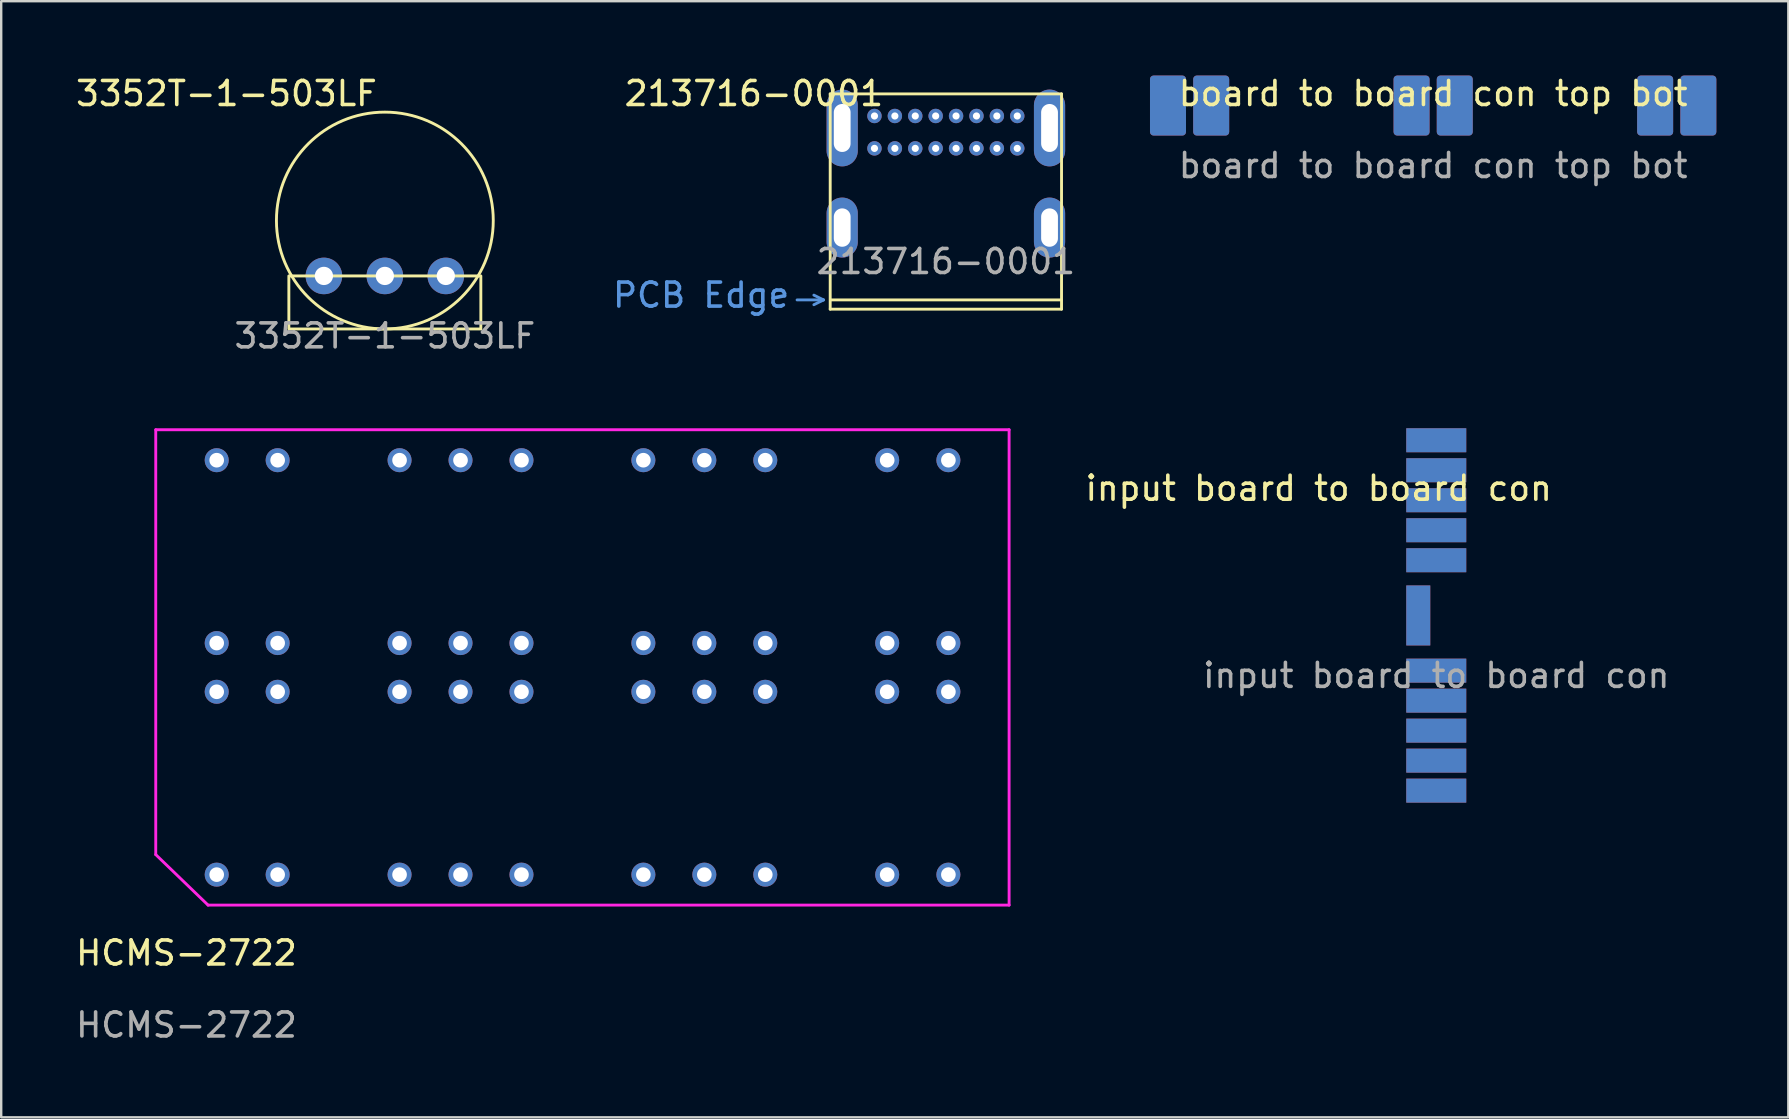
<source format=kicad_pcb>
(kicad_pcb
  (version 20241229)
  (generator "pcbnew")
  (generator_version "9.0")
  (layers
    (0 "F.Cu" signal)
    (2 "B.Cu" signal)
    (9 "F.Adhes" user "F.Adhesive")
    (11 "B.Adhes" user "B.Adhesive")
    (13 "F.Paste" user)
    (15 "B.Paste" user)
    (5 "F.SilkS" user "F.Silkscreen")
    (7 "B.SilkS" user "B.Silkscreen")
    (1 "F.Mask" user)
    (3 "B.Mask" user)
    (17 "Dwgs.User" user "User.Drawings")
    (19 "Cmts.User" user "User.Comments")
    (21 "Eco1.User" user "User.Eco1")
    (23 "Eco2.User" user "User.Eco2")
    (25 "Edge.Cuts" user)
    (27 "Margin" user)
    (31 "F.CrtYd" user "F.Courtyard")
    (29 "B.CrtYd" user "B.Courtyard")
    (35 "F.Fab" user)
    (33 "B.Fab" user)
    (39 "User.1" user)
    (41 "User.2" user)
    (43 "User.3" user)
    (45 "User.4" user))
  (footprint "3352T-1-503LF"
    (layer "F.Cu")
    (at 12.987 8.448)
    (property "Reference" "3352T-1-503LF" (at -6.6 -7.6 0) (unlocked yes) (layer "F.SilkS") (effects (font (size 1 1) (thickness 0.15))))
    (attr through_hole)
    (fp_rect (start -4 0) (end 4 2.21) (stroke (width 0.12) (type solid)) (fill no) (layer "F.SilkS"))
    (fp_circle (center 0 -2.308) (end 4 -0.208) (stroke (width 0.12) (type solid)) (fill no) (layer "F.SilkS"))
    (fp_text user "${REFERENCE}" (at 0 2.5 0) (unlocked yes) (layer "F.Fab") (effects (font (size 1 1) (thickness 0.15))))
    (pad "1" thru_hole circle (at -2.54 0) (size 1.524 1.524) (drill 0.762) (layers "*.Cu" "*.Mask"))
    (pad "2" thru_hole circle (at 0 0) (size 1.524 1.524) (drill 0.762) (layers "*.Cu" "*.Mask"))
    (pad "3" thru_hole circle (at 2.54 0) (size 1.524 1.524) (drill 0.762) (layers "*.Cu" "*.Mask")))
  (footprint "board to board con top bot"
    (layer "F.Cu")
    (at 56.671 1.348)
    (property "Reference" "board to board con top bot" (at 0 -0.5 0) (unlocked yes) (layer "F.SilkS") (effects (font (size 1 1) (thickness 0.15))))
    (attr smd)
    (fp_text user "${REFERENCE}" (at 0 2.5 0) (unlocked yes) (layer "F.Fab") (effects (font (size 1 1) (thickness 0.15))))
    (pad "1" smd roundrect (at -11.05 0) (size 1.5 2.5) (layers "B.Cu" "B.Mask" "B.Paste") (roundrect_rratio 0.1))
    (pad "2" smd roundrect (at -9.25 0) (size 1.5 2.5) (layers "B.Cu" "B.Mask" "B.Paste") (roundrect_rratio 0.1))
    (pad "3" smd roundrect (at -11.05 0) (size 1.5 2.5) (layers "F.Cu" "F.Mask" "F.Paste") (roundrect_rratio 0.1))
    (pad "4" smd roundrect (at -9.25 0) (size 1.5 2.5) (layers "F.Cu" "F.Mask" "F.Paste") (roundrect_rratio 0.1))
    (pad "5" smd roundrect (at -0.9 0) (size 1.5 2.5) (layers "F.Cu" "F.Mask" "F.Paste") (roundrect_rratio 0.1))
    (pad "6" smd roundrect (at 0.9 0) (size 1.5 2.5) (layers "F.Cu" "F.Mask" "F.Paste") (roundrect_rratio 0.1))
    (pad "7" smd roundrect (at 9.25 0) (size 1.5 2.5) (layers "F.Cu" "F.Mask" "F.Paste") (roundrect_rratio 0.1))
    (pad "8" smd roundrect (at 11.05 0) (size 1.5 2.5) (layers "F.Cu" "F.Mask" "F.Paste") (roundrect_rratio 0.1))
    (pad "9" smd roundrect (at -0.9 0) (size 1.5 2.5) (layers "B.Cu" "B.Mask" "B.Paste") (roundrect_rratio 0.1))
    (pad "10" smd roundrect (at 0.9 0) (size 1.5 2.5) (layers "B.Cu" "B.Mask" "B.Paste") (roundrect_rratio 0.1))
    (pad "11" smd roundrect (at 9.25 0) (size 1.5 2.5) (layers "B.Cu" "B.Mask" "B.Paste") (roundrect_rratio 0.1))
    (pad "12" smd roundrect (at 11.05 0) (size 1.5 2.5) (layers "B.Cu" "B.Mask" "B.Paste") (roundrect_rratio 0.1)))
  (footprint "213716-0001"
    (layer "F.Cu")
    (at 36.365 5.348)
    (property "Reference" "213716-0001" (at -8 -4.5 0) (unlocked yes) (layer "F.SilkS") (effects (font (size 1 1) (thickness 0.15))))
    (attr through_hole)
    (fp_line (start -4.82 -4.485) (end 4.82 -4.485) (stroke (width 0.12) (type solid)) (layer "F.SilkS"))
    (fp_line (start -4.82 4.485) (end -4.82 -4.485) (stroke (width 0.12) (type solid)) (layer "F.SilkS"))
    (fp_line (start -4.8 4.1) (end 4.8 4.1) (stroke (width 0.12) (type solid)) (layer "F.SilkS"))
    (fp_line (start 4.82 -4.485) (end 4.82 4.485) (stroke (width 0.12) (type solid)) (layer "F.SilkS"))
    (fp_line (start 4.82 4.485) (end -4.82 4.485) (stroke (width 0.12) (type solid)) (layer "F.SilkS"))
    (fp_line (start -6.2 4.1) (end -5.1 4.1) (stroke (width 0.12) (type solid)) (layer "Cmts.User"))
    (fp_line (start -5.5 4.3) (end -5.1 4.1) (stroke (width 0.12) (type solid)) (layer "Cmts.User"))
    (fp_line (start -5.1 4.1) (end -5.5 3.9) (stroke (width 0.12) (type solid)) (layer "Cmts.User"))
    (fp_text user "PCB Edge" (at -10.2 3.9 0) (unlocked yes) (layer "Cmts.User") (effects (font (size 1 1) (thickness 0.15))))
    (fp_text user "${REFERENCE}" (at 0 2.5 0) (unlocked yes) (layer "F.Fab") (effects (font (size 1 1) (thickness 0.15))))
    (pad "A1" thru_hole circle (at -2.975 -3.565) (size 0.6 0.6) (drill 0.3) (layers "*.Cu" "*.Mask"))
    (pad "A4" thru_hole circle (at -2.125 -3.565) (size 0.6 0.6) (drill 0.3) (layers "*.Cu" "*.Mask"))
    (pad "A5" thru_hole circle (at -1.275 -3.565) (size 0.6 0.6) (drill 0.3) (layers "*.Cu" "*.Mask"))
    (pad "A6" thru_hole circle (at -0.425 -3.565) (size 0.6 0.6) (drill 0.3) (layers "*.Cu" "*.Mask"))
    (pad "A7" thru_hole circle (at 0.425 -3.565) (size 0.6 0.6) (drill 0.3) (layers "*.Cu" "*.Mask"))
    (pad "A8" thru_hole circle (at 1.275 -3.565) (size 0.6 0.6) (drill 0.3) (layers "*.Cu" "*.Mask"))
    (pad "A9" thru_hole circle (at 2.125 -3.565) (size 0.6 0.6) (drill 0.3) (layers "*.Cu" "*.Mask"))
    (pad "A12" thru_hole circle (at 2.975 -3.565) (size 0.6 0.6) (drill 0.3) (layers "*.Cu" "*.Mask"))
    (pad "B1" thru_hole circle (at 2.975 -2.215) (size 0.6 0.6) (drill 0.3) (layers "*.Cu" "*.Mask"))
    (pad "B4" thru_hole circle (at 2.125 -2.215) (size 0.6 0.6) (drill 0.3) (layers "*.Cu" "*.Mask"))
    (pad "B5" thru_hole circle (at 1.275 -2.215) (size 0.6 0.6) (drill 0.3) (layers "*.Cu" "*.Mask"))
    (pad "B6" thru_hole circle (at 0.425 -2.215) (size 0.6 0.6) (drill 0.3) (layers "*.Cu" "*.Mask"))
    (pad "B7" thru_hole circle (at -0.425 -2.215) (size 0.6 0.6) (drill 0.3) (layers "*.Cu" "*.Mask"))
    (pad "B8" thru_hole circle (at -1.275 -2.215) (size 0.6 0.6) (drill 0.3) (layers "*.Cu" "*.Mask"))
    (pad "B9" thru_hole circle (at -2.125 -2.215) (size 0.6 0.6) (drill 0.3) (layers "*.Cu" "*.Mask"))
    (pad "B12" thru_hole circle (at -2.975 -2.215) (size 0.6 0.6) (drill 0.3) (layers "*.Cu" "*.Mask"))
    (pad "S1" thru_hole oval (at -4.32 -3.065) (size 1.3 3.2) (drill oval 0.7 2) (layers "*.Cu" "*.Mask"))
    (pad "S1" thru_hole oval (at -4.32 1.085) (size 1.3 2.5) (drill oval 0.7 1.6) (layers "*.Cu" "*.Mask"))
    (pad "S1" thru_hole oval (at 4.32 -3.065) (size 1.3 3.2) (drill oval 0.7 2) (layers "*.Cu" "*.Mask"))
    (pad "S1" thru_hole oval (at 4.32 1.085) (size 1.3 2.5) (drill oval 0.7 1.6) (layers "*.Cu" "*.Mask")))
  (footprint "input board to board con"
    (layer "F.Cu")
    (at 56.8 22.596)
    (property "Reference" "input board to board con" (at -4.9 -5.3 0) (unlocked yes) (layer "F.SilkS") (effects (font (size 1 1) (thickness 0.15))))
    (attr through_hole)
    (fp_text user "${REFERENCE}" (at 0 2.5 0) (unlocked yes) (layer "F.Fab") (effects (font (size 1 1) (thickness 0.15))))
    (pad "1" smd rect (at 0 -7.3) (size 2.5 1) (layers "F.Cu" "F.Mask" "F.Paste"))
    (pad "1" smd rect (at 0 -7.3) (size 2.5 1) (layers "B.Cu" "B.Mask" "B.Paste"))
    (pad "2" smd rect (at 0 -6.05) (size 2.5 1) (layers "F.Cu" "F.Mask" "F.Paste"))
    (pad "2" smd rect (at 0 -6.05) (size 2.5 1) (layers "B.Cu" "B.Mask" "B.Paste"))
    (pad "3" smd rect (at 0 -4.8) (size 2.5 1) (layers "F.Cu" "F.Mask" "F.Paste"))
    (pad "3" smd rect (at 0 -4.8) (size 2.5 1) (layers "B.Cu" "B.Mask" "B.Paste"))
    (pad "4" smd rect (at 0 -3.55) (size 2.5 1) (layers "F.Cu" "F.Mask" "F.Paste"))
    (pad "4" smd rect (at 0 -3.55) (size 2.5 1) (layers "B.Cu" "B.Mask" "B.Paste"))
    (pad "5" smd rect (at 0 -2.3) (size 2.5 1) (layers "F.Cu" "F.Mask" "F.Paste"))
    (pad "5" smd rect (at 0 -2.3) (size 2.5 1) (layers "B.Cu" "B.Mask" "B.Paste"))
    (pad "6" smd rect (at -0.75 0) (size 1 2.5) (layers "F.Cu" "F.Mask" "F.Paste"))
    (pad "6" smd rect (at -0.75 0) (size 1 2.5) (layers "B.Cu" "B.Mask" "B.Paste"))
    (pad "7" smd rect (at 0 2.3) (size 2.5 1) (layers "F.Cu" "F.Mask" "F.Paste"))
    (pad "7" smd rect (at 0 2.3) (size 2.5 1) (layers "B.Cu" "B.Mask" "B.Paste"))
    (pad "8" smd rect (at 0 3.55) (size 2.5 1) (layers "F.Cu" "F.Mask" "F.Paste"))
    (pad "8" smd rect (at 0 3.55) (size 2.5 1) (layers "B.Cu" "B.Mask" "B.Paste"))
    (pad "9" smd rect (at 0 4.8) (size 2.5 1) (layers "F.Cu" "F.Mask" "F.Paste"))
    (pad "9" smd rect (at 0 4.8) (size 2.5 1) (layers "B.Cu" "B.Mask" "B.Paste"))
    (pad "10" smd rect (at 0 6.05) (size 2.5 1) (layers "F.Cu" "F.Mask" "F.Paste"))
    (pad "10" smd rect (at 0 6.05) (size 2.5 1) (layers "B.Cu" "B.Mask" "B.Paste"))
    (pad "11" smd rect (at 0 7.3) (size 2.5 1) (layers "F.Cu" "F.Mask" "F.Paste"))
    (pad "11" smd rect (at 0 7.3) (size 2.5 1) (layers "B.Cu" "B.Mask" "B.Paste")))
  (footprint "HCMS-2722"
    (layer "F.Cu")
    (at 21.22 24.762)
    (property "Reference" "HCMS-2722" (at -16.5 11.9 0) (unlocked yes) (layer "F.SilkS") (effects (font (size 1 1) (thickness 0.15))))
    (attr through_hole)
    (fp_line (start -17.78 -9.905) (end -17.78 7.8) (stroke (width 0.12) (type solid)) (layer "F.CrtYd"))
    (fp_line (start -17.78 -9.905) (end 17.78 -9.905) (stroke (width 0.12) (type solid)) (layer "F.CrtYd"))
    (fp_line (start -17.78 7.8) (end -15.6 9.905) (stroke (width 0.12) (type solid)) (layer "F.CrtYd"))
    (fp_line (start 17.78 9.905) (end -15.6 9.905) (stroke (width 0.12) (type solid)) (layer "F.CrtYd"))
    (fp_line (start 17.78 9.905) (end 17.78 -9.905) (stroke (width 0.12) (type solid)) (layer "F.CrtYd"))
    (fp_text user "${REFERENCE}" (at -16.5 14.9 0) (unlocked yes) (layer "F.Fab") (effects (font (size 1 1) (thickness 0.15))))
    (pad "1A" thru_hole circle (at -15.24 8.635) (size 1 1) (drill 0.61) (layers "*.Cu" "*.Mask"))
    (pad "1B" thru_hole circle (at -15.24 -1.015) (size 1 1) (drill 0.61) (layers "*.Cu" "*.Mask"))
    (pad "2A" thru_hole circle (at -12.7 8.635) (size 1 1) (drill 0.61) (layers "*.Cu" "*.Mask"))
    (pad "2B" thru_hole circle (at -12.7 -1.015) (size 1 1) (drill 0.61) (layers "*.Cu" "*.Mask"))
    (pad "4A" thru_hole circle (at -7.62 8.635) (size 1 1) (drill 0.61) (layers "*.Cu" "*.Mask"))
    (pad "4B" thru_hole circle (at -7.62 -1.015) (size 1 1) (drill 0.61) (layers "*.Cu" "*.Mask"))
    (pad "5A" thru_hole circle (at -5.08 8.635) (size 1 1) (drill 0.61) (layers "*.Cu" "*.Mask"))
    (pad "5B" thru_hole circle (at -5.08 -1.015) (size 1 1) (drill 0.61) (layers "*.Cu" "*.Mask"))
    (pad "6A" thru_hole circle (at -2.54 8.635) (size 1 1) (drill 0.61) (layers "*.Cu" "*.Mask"))
    (pad "6B" thru_hole circle (at -2.54 -1.015) (size 1 1) (drill 0.61) (layers "*.Cu" "*.Mask"))
    (pad "8A" thru_hole circle (at 2.54 8.635) (size 1 1) (drill 0.61) (layers "*.Cu" "*.Mask"))
    (pad "8B" thru_hole circle (at 2.54 -1.015) (size 1 1) (drill 0.61) (layers "*.Cu" "*.Mask"))
    (pad "9A" thru_hole circle (at 5.08 8.635) (size 1 1) (drill 0.61) (layers "*.Cu" "*.Mask"))
    (pad "9B" thru_hole circle (at 5.08 -1.015) (size 1 1) (drill 0.61) (layers "*.Cu" "*.Mask"))
    (pad "10A" thru_hole circle (at 7.62 8.635) (size 1 1) (drill 0.61) (layers "*.Cu" "*.Mask"))
    (pad "10B" thru_hole circle (at 7.62 -1.015) (size 1 1) (drill 0.61) (layers "*.Cu" "*.Mask"))
    (pad "12A" thru_hole circle (at 12.7 8.635) (size 1 1) (drill 0.61) (layers "*.Cu" "*.Mask"))
    (pad "12B" thru_hole circle (at 12.7 -1.015) (size 1 1) (drill 0.61) (layers "*.Cu" "*.Mask"))
    (pad "13A" thru_hole circle (at 15.25 8.635) (size 1 1) (drill 0.61) (layers "*.Cu" "*.Mask"))
    (pad "13B" thru_hole circle (at 15.25 -1.015) (size 1 1) (drill 0.61) (layers "*.Cu" "*.Mask"))
    (pad "14A" thru_hole circle (at 15.25 1.015) (size 1 1) (drill 0.61) (layers "*.Cu" "*.Mask"))
    (pad "14B" thru_hole circle (at 15.25 -8.635) (size 1 1) (drill 0.61) (layers "*.Cu" "*.Mask"))
    (pad "15A" thru_hole circle (at 12.7 1.015) (size 1 1) (drill 0.61) (layers "*.Cu" "*.Mask"))
    (pad "15B" thru_hole circle (at 12.7 -8.635) (size 1 1) (drill 0.61) (layers "*.Cu" "*.Mask"))
    (pad "17A" thru_hole circle (at 7.62 1.015) (size 1 1) (drill 0.61) (layers "*.Cu" "*.Mask"))
    (pad "17B" thru_hole circle (at 7.62 -8.635) (size 1 1) (drill 0.61) (layers "*.Cu" "*.Mask"))
    (pad "18A" thru_hole circle (at 5.08 1.015) (size 1 1) (drill 0.61) (layers "*.Cu" "*.Mask"))
    (pad "18B" thru_hole circle (at 5.08 -8.635) (size 1 1) (drill 0.61) (layers "*.Cu" "*.Mask"))
    (pad "19A" thru_hole circle (at 2.54 1.015) (size 1 1) (drill 0.61) (layers "*.Cu" "*.Mask"))
    (pad "19B" thru_hole circle (at 2.54 -8.635) (size 1 1) (drill 0.61) (layers "*.Cu" "*.Mask"))
    (pad "21A" thru_hole circle (at -2.54 1.015) (size 1 1) (drill 0.61) (layers "*.Cu" "*.Mask"))
    (pad "21B" thru_hole circle (at -2.54 -8.635) (size 1 1) (drill 0.61) (layers "*.Cu" "*.Mask"))
    (pad "22A" thru_hole circle (at -5.08 1.015) (size 1 1) (drill 0.61) (layers "*.Cu" "*.Mask"))
    (pad "22B" thru_hole circle (at -5.08 -8.635) (size 1 1) (drill 0.61) (layers "*.Cu" "*.Mask"))
    (pad "23A" thru_hole circle (at -7.62 1.015) (size 1 1) (drill 0.61) (layers "*.Cu" "*.Mask"))
    (pad "23B" thru_hole circle (at -7.62 -8.635) (size 1 1) (drill 0.61) (layers "*.Cu" "*.Mask"))
    (pad "25A" thru_hole circle (at -12.7 1.015) (size 1 1) (drill 0.61) (layers "*.Cu" "*.Mask"))
    (pad "25B" thru_hole circle (at -12.7 -8.635) (size 1 1) (drill 0.61) (layers "*.Cu" "*.Mask"))
    (pad "26A" thru_hole circle (at -15.24 1.015) (size 1 1) (drill 0.61) (layers "*.Cu" "*.Mask"))
    (pad "26B" thru_hole circle (at -15.24 -8.635) (size 1 1) (drill 0.61) (layers "*.Cu" "*.Mask")))
  (gr_rect
    (start -3 -3)
    (end 71.471 43.51)
    (stroke (width 0.1) (type default))
    (fill no)
    (layer "Edge.Cuts")))
</source>
